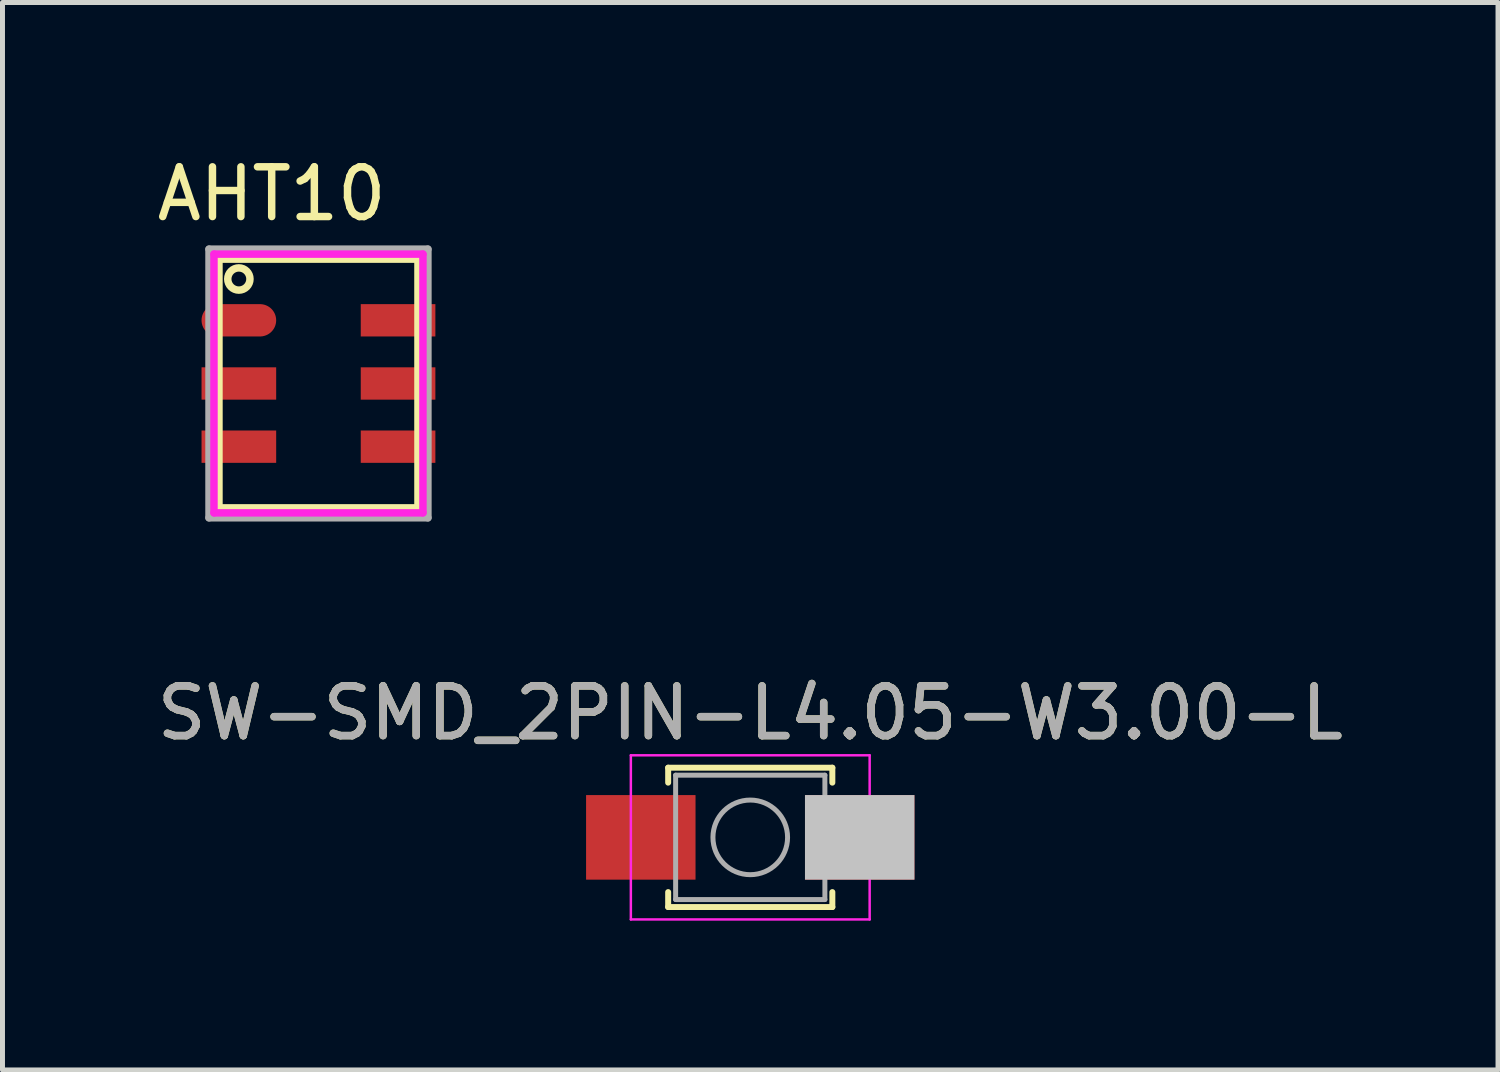
<source format=kicad_pcb>
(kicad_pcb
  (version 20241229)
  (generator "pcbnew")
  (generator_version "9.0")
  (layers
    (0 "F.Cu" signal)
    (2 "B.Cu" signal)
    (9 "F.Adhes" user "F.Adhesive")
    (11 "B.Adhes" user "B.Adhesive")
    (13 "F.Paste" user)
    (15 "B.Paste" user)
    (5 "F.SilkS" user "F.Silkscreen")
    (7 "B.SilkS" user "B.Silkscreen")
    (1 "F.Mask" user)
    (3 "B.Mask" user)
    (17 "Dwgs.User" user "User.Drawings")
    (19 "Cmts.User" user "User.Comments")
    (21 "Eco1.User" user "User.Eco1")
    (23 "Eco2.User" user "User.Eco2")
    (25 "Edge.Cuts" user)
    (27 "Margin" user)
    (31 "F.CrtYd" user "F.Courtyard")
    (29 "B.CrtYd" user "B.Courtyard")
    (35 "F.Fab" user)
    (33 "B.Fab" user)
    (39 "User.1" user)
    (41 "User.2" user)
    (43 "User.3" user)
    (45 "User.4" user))
  (footprint "SW-SMD_2PIN-L4.05-W3.00-L"
    (layer "F.Cu")
    (at 12.03 13.781)
    (property "Reference" "SW-SMD_2PIN-L4.05-W3.00-L" (at 0 -2.5 0) (layer "F.SilkS") (effects (font (size 1 1) (thickness 0.15))))
    (attr smd)
    (fp_line (start -1.65 -1.4) (end 1.65 -1.4) (stroke (width 0.12) (type solid)) (layer "F.SilkS"))
    (fp_line (start -1.65 -1.1) (end -1.65 -1.4) (stroke (width 0.12) (type solid)) (layer "F.SilkS"))
    (fp_line (start -1.65 1.1) (end -1.65 1.4) (stroke (width 0.12) (type solid)) (layer "F.SilkS"))
    (fp_line (start -1.65 1.4) (end 1.65 1.4) (stroke (width 0.12) (type solid)) (layer "F.SilkS"))
    (fp_line (start 1.65 -1.4) (end 1.65 -1.1) (stroke (width 0.12) (type solid)) (layer "F.SilkS"))
    (fp_line (start 1.65 1.4) (end 1.65 1.1) (stroke (width 0.12) (type solid)) (layer "F.SilkS"))
    (fp_line (start -2.4 -1.65) (end -2.4 1.65) (stroke (width 0.05) (type solid)) (layer "F.CrtYd"))
    (fp_line (start -2.4 1.65) (end 2.4 1.65) (stroke (width 0.05) (type solid)) (layer "F.CrtYd"))
    (fp_line (start 2.4 -1.65) (end -2.4 -1.65) (stroke (width 0.05) (type solid)) (layer "F.CrtYd"))
    (fp_line (start 2.4 1.65) (end 2.4 -1.65) (stroke (width 0.05) (type solid)) (layer "F.CrtYd"))
    (fp_line (start -1.5 -1.25) (end 1.5 -1.25) (stroke (width 0.1) (type solid)) (layer "F.Fab"))
    (fp_line (start -1.5 1.25) (end -1.5 -1.25) (stroke (width 0.1) (type solid)) (layer "F.Fab"))
    (fp_line (start 1.5 -1.25) (end 1.5 1.25) (stroke (width 0.1) (type solid)) (layer "F.Fab"))
    (fp_line (start 1.5 1.25) (end -1.5 1.25) (stroke (width 0.1) (type solid)) (layer "F.Fab"))
    (fp_circle (center 0 0) (end 0.75 0) (stroke (width 0.1) (type solid)) (fill no) (layer "F.Fab"))
    (fp_text user "${REFERENCE}" (at 0 -2.5 0) (layer "F.Fab") (effects (font (size 1 1) (thickness 0.15))))
    (pad "1" smd rect (at -2.2 0) (size 2.2 1.7) (layers "F.Cu" "F.Mask" "F.Paste"))
    (pad "2" smd rect (at 2.2 0) (size 2.2 1.7) (layers "F.Cu" "F.Mask" "F.Paste" "Dwgs.User")))
  (footprint "AHT10"
    (layer "F.Cu")
    (at 3.681 4.598)
    (property "Reference" "AHT10" (at -1.27 -3.75 0) (unlocked yes) (layer "F.SilkS") (effects (font (size 1 1) (thickness 0.15))))
    (fp_line (start -2.33 -2.44) (end 1.67 -2.44) (stroke (width 0.15) (type solid)) (layer "F.SilkS"))
    (fp_line (start -2.33 2.56) (end -2.33 -2.44) (stroke (width 0.15) (type solid)) (layer "F.SilkS"))
    (fp_line (start 1.67 -2.44) (end 1.67 2.56) (stroke (width 0.15) (type solid)) (layer "F.SilkS"))
    (fp_line (start 1.67 2.56) (end -2.33 2.56) (stroke (width 0.15) (type solid)) (layer "F.SilkS"))
    (fp_circle (center -1.93 -2.04) (end -1.73 -1.94) (stroke (width 0.15) (type solid)) (fill no) (layer "F.SilkS"))
    (fp_line (start -2.43 -2.54) (end 1.77 -2.54) (stroke (width 0.15) (type solid)) (layer "F.CrtYd"))
    (fp_line (start -2.43 2.66) (end -2.43 -2.54) (stroke (width 0.15) (type solid)) (layer "F.CrtYd"))
    (fp_line (start 1.77 -2.54) (end 1.77 2.66) (stroke (width 0.15) (type solid)) (layer "F.CrtYd"))
    (fp_line (start 1.77 2.66) (end -2.43 2.66) (stroke (width 0.15) (type solid)) (layer "F.CrtYd"))
    (fp_line (start -2.53 -2.64) (end 1.87 -2.64) (stroke (width 0.15) (type solid)) (layer "F.Fab"))
    (fp_line (start -2.53 2.76) (end -2.53 -2.64) (stroke (width 0.15) (type solid)) (layer "F.Fab"))
    (fp_line (start 1.87 -2.64) (end 1.87 2.76) (stroke (width 0.15) (type solid)) (layer "F.Fab"))
    (fp_line (start 1.87 2.76) (end -2.53 2.76) (stroke (width 0.15) (type solid)) (layer "F.Fab"))
    (pad "1" smd oval (at -1.93 -1.21) (size 1.5 0.65) (layers "F.Cu" "F.Mask" "F.Paste"))
    (pad "2" smd rect (at -1.93 0.06) (size 1.5 0.65) (layers "F.Cu" "F.Mask" "F.Paste"))
    (pad "3" smd rect (at -1.93 1.33) (size 1.5 0.65) (layers "F.Cu" "F.Mask" "F.Paste"))
    (pad "4" smd rect (at 1.27 1.33) (size 1.5 0.65) (layers "F.Cu" "F.Mask" "F.Paste"))
    (pad "5" smd rect (at 1.27 0.06) (size 1.5 0.65) (layers "F.Cu" "F.Mask" "F.Paste"))
    (pad "6" smd rect (at 1.27 -1.21) (size 1.5 0.65) (layers "F.Cu" "F.Mask" "F.Paste")))
  (gr_rect
    (start -3 -3)
    (end 27.06 18.456)
    (stroke (width 0.1) (type default))
    (fill no)
    (layer "Edge.Cuts")))
</source>
